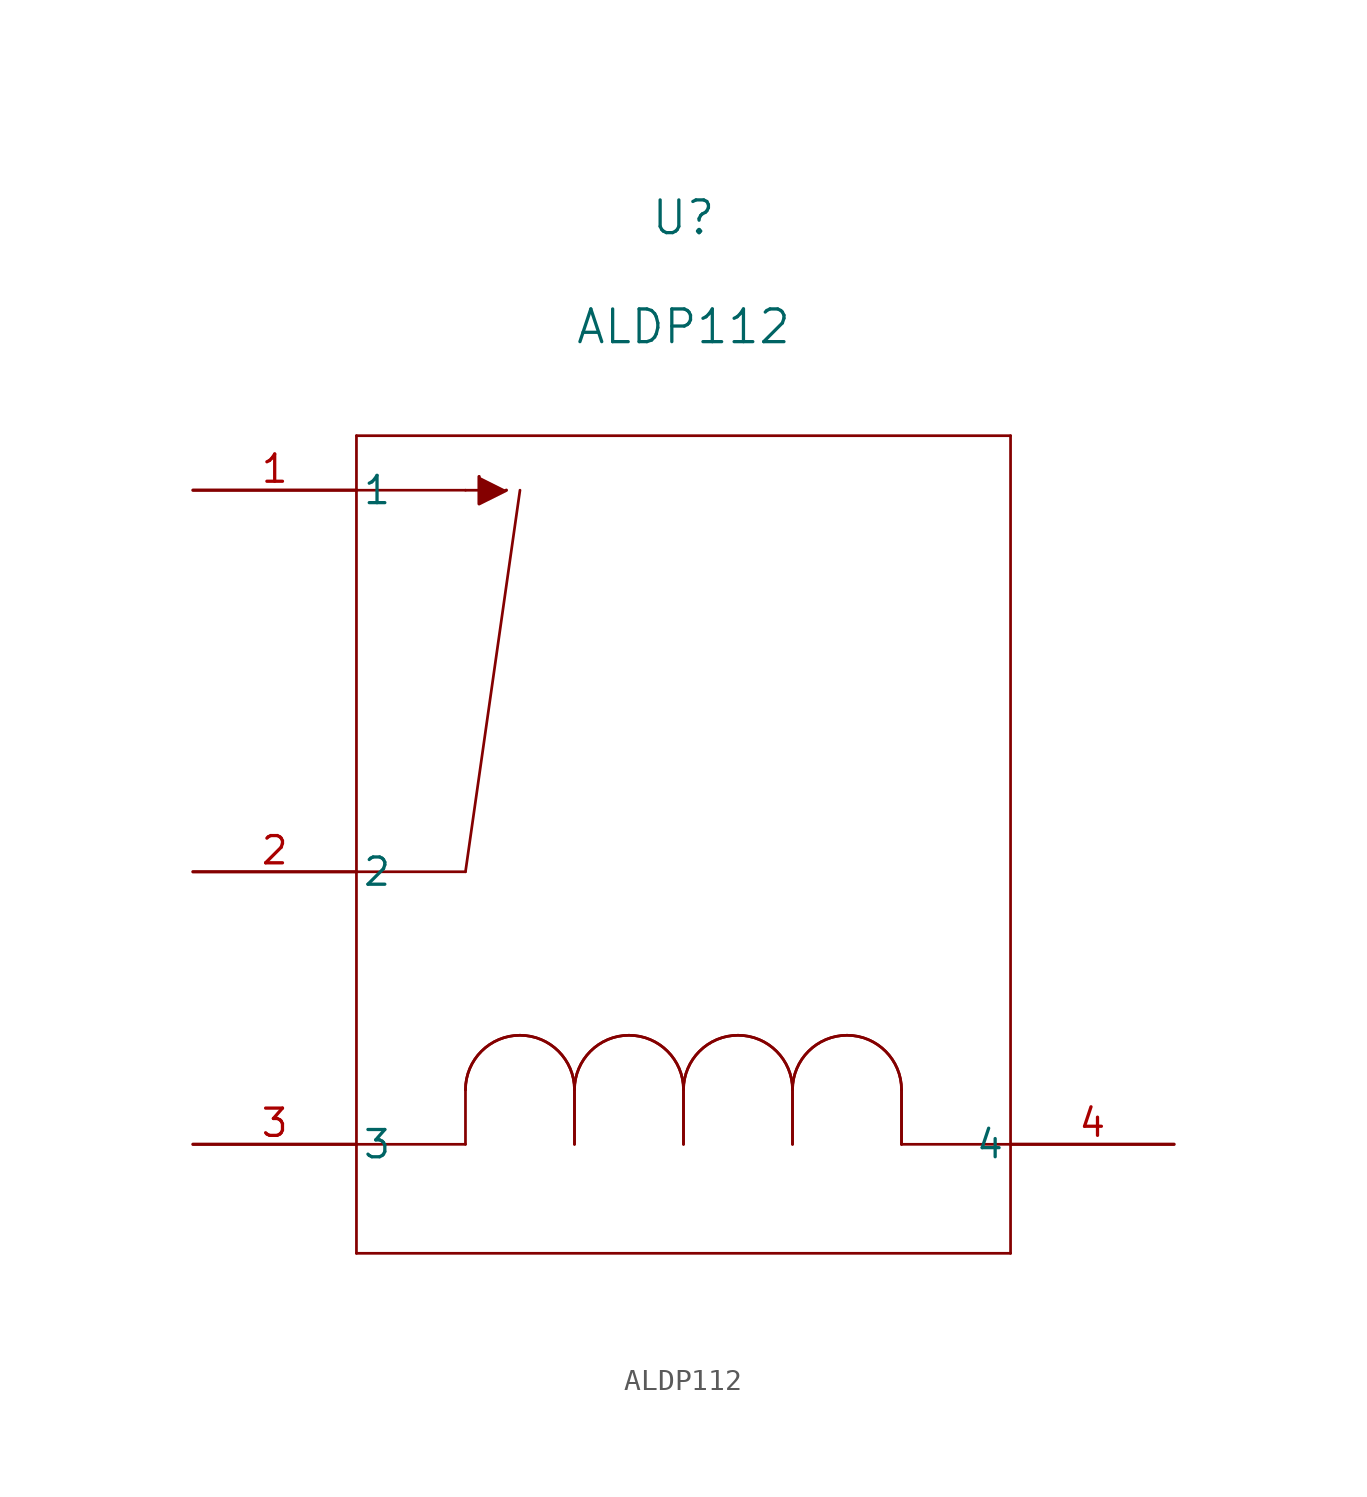
<source format=kicad_sym>
(kicad_symbol_lib
  (version 20211014)
  (generator kicad_symbol_editor)
  (symbol "ALDP112"
    (pin_names
      (offset 0.254))
    (property "Reference" "U"
      (at 22.86 12.7 0)
      (effects (font (size 1.524 1.524))))
    (property "Value" "ALDP112"
      (at 22.86 7.62 0)
      (effects (font (size 1.524 1.524))))
    (symbol "ALDP112_0_1"
      (arc (start 17.78 -27.94) (mid 15.24 -25.4) (end 12.7 -27.94) (stroke (width 0.127) (type default) (color 0 0 0 0)) (fill (type none)))
      (polyline (pts (xy 12.7 -17.78) (xy 7.62 -17.78)) (stroke (width 0.127) (type default) (color 0 0 0 0)) (fill (type none)))
      (polyline (pts (xy 12.7 -17.78) (xy 15.24 0)) (stroke (width 0.127) (type default) (color 0 0 0 0)) (fill (type none)))
      (polyline (pts (xy 7.62 0) (xy 12.7 0)) (stroke (width 0.127) (type default) (color 0 0 0 0)) (fill (type none)))
      (polyline (pts (xy 38.1 2.54) (xy 7.62 2.54)) (stroke (width 0.127) (type default) (color 0 0 0 0)) (fill (type none)))
      (polyline (pts (xy 12.7 -27.94) (xy 12.7 -30.48)) (stroke (width 0.127) (type default) (color 0 0 0 0)) (fill (type none)))
      (polyline (pts (xy 12.7 -30.48) (xy 7.62 -30.48)) (stroke (width 0.127) (type default) (color 0 0 0 0)) (fill (type none)))
      (arc (start 22.86 -27.94) (mid 20.32 -25.4) (end 17.78 -27.94) (stroke (width 0.127) (type default) (color 0 0 0 0)) (fill (type none)))
      (polyline (pts (xy 17.78 -27.94) (xy 17.78 -30.48)) (stroke (width 0.127) (type default) (color 0 0 0 0)) (fill (type none)))
      (arc (start 27.94 -27.94) (mid 25.4 -25.4) (end 22.86 -27.94) (stroke (width 0.127) (type default) (color 0 0 0 0)) (fill (type none)))
      (polyline (pts (xy 22.86 -27.94) (xy 22.86 -30.48)) (stroke (width 0.127) (type default) (color 0 0 0 0)) (fill (type none)))
      (arc (start 33.02 -27.94) (mid 30.48 -25.4) (end 27.94 -27.94) (stroke (width 0.127) (type default) (color 0 0 0 0)) (fill (type none)))
      (polyline (pts (xy 27.94 -27.94) (xy 27.94 -30.48)) (stroke (width 0.127) (type default) (color 0 0 0 0)) (fill (type none)))
      (polyline (pts (xy 33.02 -27.94) (xy 33.02 -30.48)) (stroke (width 0.127) (type default) (color 0 0 0 0)) (fill (type none)))
      (polyline (pts (xy 7.62 2.54) (xy 7.62 -35.56)) (stroke (width 0.127) (type default) (color 0 0 0 0)) (fill (type none)))
      (polyline (pts (xy 7.62 -35.56) (xy 38.1 -35.56)) (stroke (width 0.127) (type default) (color 0 0 0 0)) (fill (type none)))
      (polyline (pts (xy 38.1 -35.56) (xy 38.1 2.54)) (stroke (width 0.127) (type default) (color 0 0 0 0)) (fill (type none)))
      (arc (start 17.78 -27.94) (mid 15.24 -25.4) (end 12.7 -27.94) (stroke (width 0.127) (type default) (color 0 0 0 0)) (fill (type none)))
      (arc (start 22.86 -27.94) (mid 20.32 -25.4) (end 17.78 -27.94) (stroke (width 0.127) (type default) (color 0 0 0 0)) (fill (type none)))
      (polyline (pts (xy 12.7 0) (xy 13.969 -0.006)) (stroke (width 0.127) (type default) (color 0 0 0 0)) (fill (type none)))
      (polyline (pts (xy 13.335 0.635) (xy 13.335 -0.635) (xy 14.605 0)) (stroke (width 0) (type default) (color 0 0 0 0)) (fill (type outline)))
      (polyline (pts (xy 17.78 -27.94) (xy 17.78 -30.48)) (stroke (width 0.127) (type default) (color 0 0 0 0)) (fill (type none)))
      (arc (start 27.94 -27.94) (mid 25.4 -25.4) (end 22.86 -27.94) (stroke (width 0.127) (type default) (color 0 0 0 0)) (fill (type none)))
      (polyline (pts (xy 22.86 -27.94) (xy 22.86 -30.48)) (stroke (width 0.127) (type default) (color 0 0 0 0)) (fill (type none)))
      (arc (start 33.02 -27.94) (mid 30.48 -25.4) (end 27.94 -27.94) (stroke (width 0.127) (type default) (color 0 0 0 0)) (fill (type none)))
      (polyline (pts (xy 27.94 -27.94) (xy 27.94 -30.48)) (stroke (width 0.127) (type default) (color 0 0 0 0)) (fill (type none)))
      (polyline (pts (xy 33.02 -27.94) (xy 33.02 -30.48)) (stroke (width 0.127) (type default) (color 0 0 0 0)) (fill (type none)))
      (polyline (pts (xy 38.1 -30.48) (xy 33.02 -30.48)) (stroke (width 0.127) (type default) (color 0 0 0 0)) (fill (type none)))
      (pin unspecified line (at 0 0 0) (length 7.62) (name "1" (effects (font (size 1.27 1.27)))) (number "1" (effects (font (size 1.27 1.27)))))
      (pin unspecified line (at 0 -17.78 0) (length 7.62) (name "2" (effects (font (size 1.27 1.27)))) (number "2" (effects (font (size 1.27 1.27)))))
      (pin unspecified line (at 0 -30.48 0) (length 7.62) (name "3" (effects (font (size 1.27 1.27)))) (number "3" (effects (font (size 1.27 1.27)))))
      (pin unspecified line (at 45.72 -30.48 180) (length 7.62) (name "4" (effects (font (size 1.27 1.27)))) (number "4" (effects (font (size 1.27 1.27))))))))
</source>
